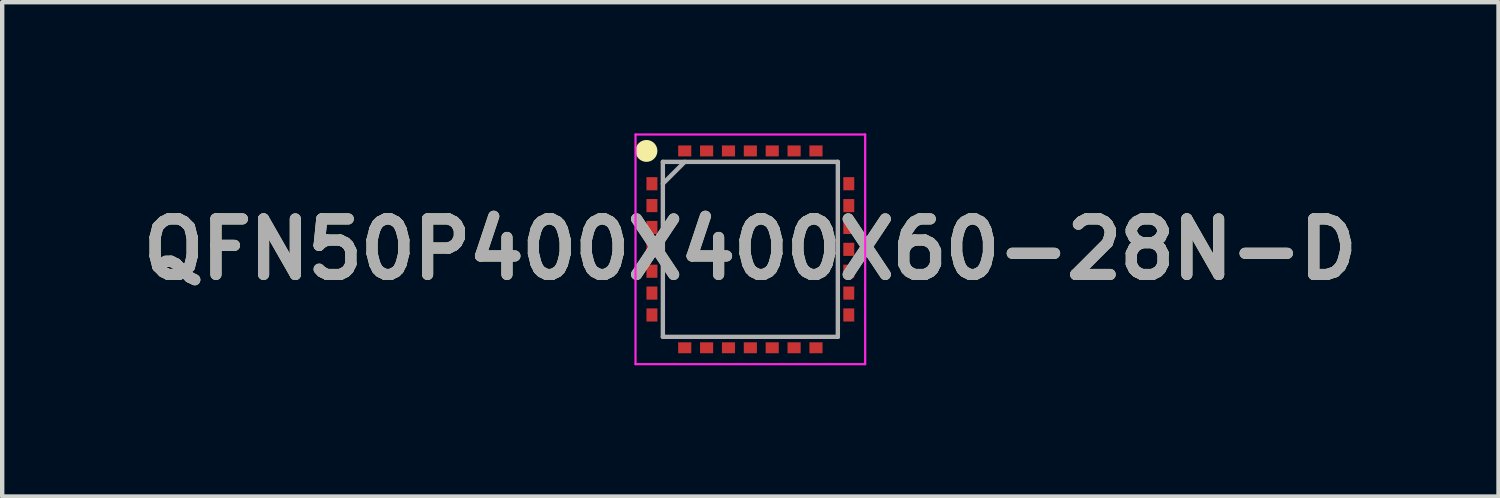
<source format=kicad_pcb>
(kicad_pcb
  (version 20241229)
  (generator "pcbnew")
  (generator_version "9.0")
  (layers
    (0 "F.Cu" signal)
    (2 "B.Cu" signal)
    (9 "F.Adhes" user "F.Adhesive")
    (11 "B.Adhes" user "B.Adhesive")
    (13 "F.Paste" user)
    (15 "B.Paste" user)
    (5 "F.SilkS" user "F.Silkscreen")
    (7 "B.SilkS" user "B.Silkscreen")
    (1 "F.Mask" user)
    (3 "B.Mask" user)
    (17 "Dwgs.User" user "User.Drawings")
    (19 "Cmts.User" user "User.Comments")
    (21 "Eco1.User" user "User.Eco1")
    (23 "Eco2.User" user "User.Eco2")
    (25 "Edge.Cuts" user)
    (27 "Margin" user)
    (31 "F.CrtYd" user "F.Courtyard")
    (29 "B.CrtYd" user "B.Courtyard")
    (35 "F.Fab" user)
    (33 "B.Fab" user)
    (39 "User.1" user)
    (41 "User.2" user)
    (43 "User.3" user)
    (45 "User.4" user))
  (footprint "QFN50P400X400X60-28N-D"
    (layer "F.Cu")
    (at 14.103 2.65)
    (property "Reference" "QFN50P400X400X60-28N-D" (at 0 0 0) (layer "F.SilkS") (effects (font (size 1.27 1.27) (thickness 0.254))))
    (attr smd)
    (fp_circle (center -2.375 -2.25) (end -2.375 -2.125) (stroke (width 0.25) (type solid)) (fill no) (layer "F.SilkS"))
    (fp_line (start -2.625 -2.625) (end 2.625 -2.625) (stroke (width 0.05) (type solid)) (layer "F.CrtYd"))
    (fp_line (start -2.625 2.625) (end -2.625 -2.625) (stroke (width 0.05) (type solid)) (layer "F.CrtYd"))
    (fp_line (start 2.625 -2.625) (end 2.625 2.625) (stroke (width 0.05) (type solid)) (layer "F.CrtYd"))
    (fp_line (start 2.625 2.625) (end -2.625 2.625) (stroke (width 0.05) (type solid)) (layer "F.CrtYd"))
    (fp_line (start -2 -2) (end 2 -2) (stroke (width 0.1) (type solid)) (layer "F.Fab"))
    (fp_line (start -2 -1.5) (end -1.5 -2) (stroke (width 0.1) (type solid)) (layer "F.Fab"))
    (fp_line (start -2 2) (end -2 -2) (stroke (width 0.1) (type solid)) (layer "F.Fab"))
    (fp_line (start 2 -2) (end 2 2) (stroke (width 0.1) (type solid)) (layer "F.Fab"))
    (fp_line (start 2 2) (end -2 2) (stroke (width 0.1) (type solid)) (layer "F.Fab"))
    (fp_text user "${REFERENCE}" (at 0 0 0) (layer "F.Fab") (effects (font (size 1.27 1.27) (thickness 0.254))))
    (pad "1" smd rect (at -2.25 -1.5 90) (size 0.3 0.25) (layers "F.Cu" "F.Mask" "F.Paste"))
    (pad "2" smd rect (at -2.25 -1 90) (size 0.3 0.25) (layers "F.Cu" "F.Mask" "F.Paste"))
    (pad "3" smd rect (at -2.25 -0.5 90) (size 0.3 0.25) (layers "F.Cu" "F.Mask" "F.Paste"))
    (pad "4" smd rect (at -2.25 0 90) (size 0.3 0.25) (layers "F.Cu" "F.Mask" "F.Paste"))
    (pad "5" smd rect (at -2.25 0.5 90) (size 0.3 0.25) (layers "F.Cu" "F.Mask" "F.Paste"))
    (pad "6" smd rect (at -2.25 1 90) (size 0.3 0.25) (layers "F.Cu" "F.Mask" "F.Paste"))
    (pad "7" smd rect (at -2.25 1.5 90) (size 0.3 0.25) (layers "F.Cu" "F.Mask" "F.Paste"))
    (pad "8" smd rect (at -1.5 2.25) (size 0.3 0.25) (layers "F.Cu" "F.Mask" "F.Paste"))
    (pad "9" smd rect (at -1 2.25) (size 0.3 0.25) (layers "F.Cu" "F.Mask" "F.Paste"))
    (pad "10" smd rect (at -0.5 2.25) (size 0.3 0.25) (layers "F.Cu" "F.Mask" "F.Paste"))
    (pad "11" smd rect (at 0 2.25) (size 0.3 0.25) (layers "F.Cu" "F.Mask" "F.Paste"))
    (pad "12" smd rect (at 0.5 2.25) (size 0.3 0.25) (layers "F.Cu" "F.Mask" "F.Paste"))
    (pad "13" smd rect (at 1 2.25) (size 0.3 0.25) (layers "F.Cu" "F.Mask" "F.Paste"))
    (pad "14" smd rect (at 1.5 2.25) (size 0.3 0.25) (layers "F.Cu" "F.Mask" "F.Paste"))
    (pad "15" smd rect (at 2.25 1.5 90) (size 0.3 0.25) (layers "F.Cu" "F.Mask" "F.Paste"))
    (pad "16" smd rect (at 2.25 1 90) (size 0.3 0.25) (layers "F.Cu" "F.Mask" "F.Paste"))
    (pad "17" smd rect (at 2.25 0.5 90) (size 0.3 0.25) (layers "F.Cu" "F.Mask" "F.Paste"))
    (pad "18" smd rect (at 2.25 0 90) (size 0.3 0.25) (layers "F.Cu" "F.Mask" "F.Paste"))
    (pad "19" smd rect (at 2.25 -0.5 90) (size 0.3 0.25) (layers "F.Cu" "F.Mask" "F.Paste"))
    (pad "20" smd rect (at 2.25 -1 90) (size 0.3 0.25) (layers "F.Cu" "F.Mask" "F.Paste"))
    (pad "21" smd rect (at 2.25 -1.5 90) (size 0.3 0.25) (layers "F.Cu" "F.Mask" "F.Paste"))
    (pad "22" smd rect (at 1.5 -2.25) (size 0.3 0.25) (layers "F.Cu" "F.Mask" "F.Paste"))
    (pad "23" smd rect (at 1 -2.25) (size 0.3 0.25) (layers "F.Cu" "F.Mask" "F.Paste"))
    (pad "24" smd rect (at 0.5 -2.25) (size 0.3 0.25) (layers "F.Cu" "F.Mask" "F.Paste"))
    (pad "25" smd rect (at 0 -2.25) (size 0.3 0.25) (layers "F.Cu" "F.Mask" "F.Paste"))
    (pad "26" smd rect (at -0.5 -2.25) (size 0.3 0.25) (layers "F.Cu" "F.Mask" "F.Paste"))
    (pad "27" smd rect (at -1 -2.25) (size 0.3 0.25) (layers "F.Cu" "F.Mask" "F.Paste"))
    (pad "28" smd rect (at -1.5 -2.25) (size 0.3 0.25) (layers "F.Cu" "F.Mask" "F.Paste")))
  (gr_rect
    (start -3 -3)
    (end 31.206 8.3)
    (stroke (width 0.1) (type default))
    (fill no)
    (layer "Edge.Cuts")))
</source>
